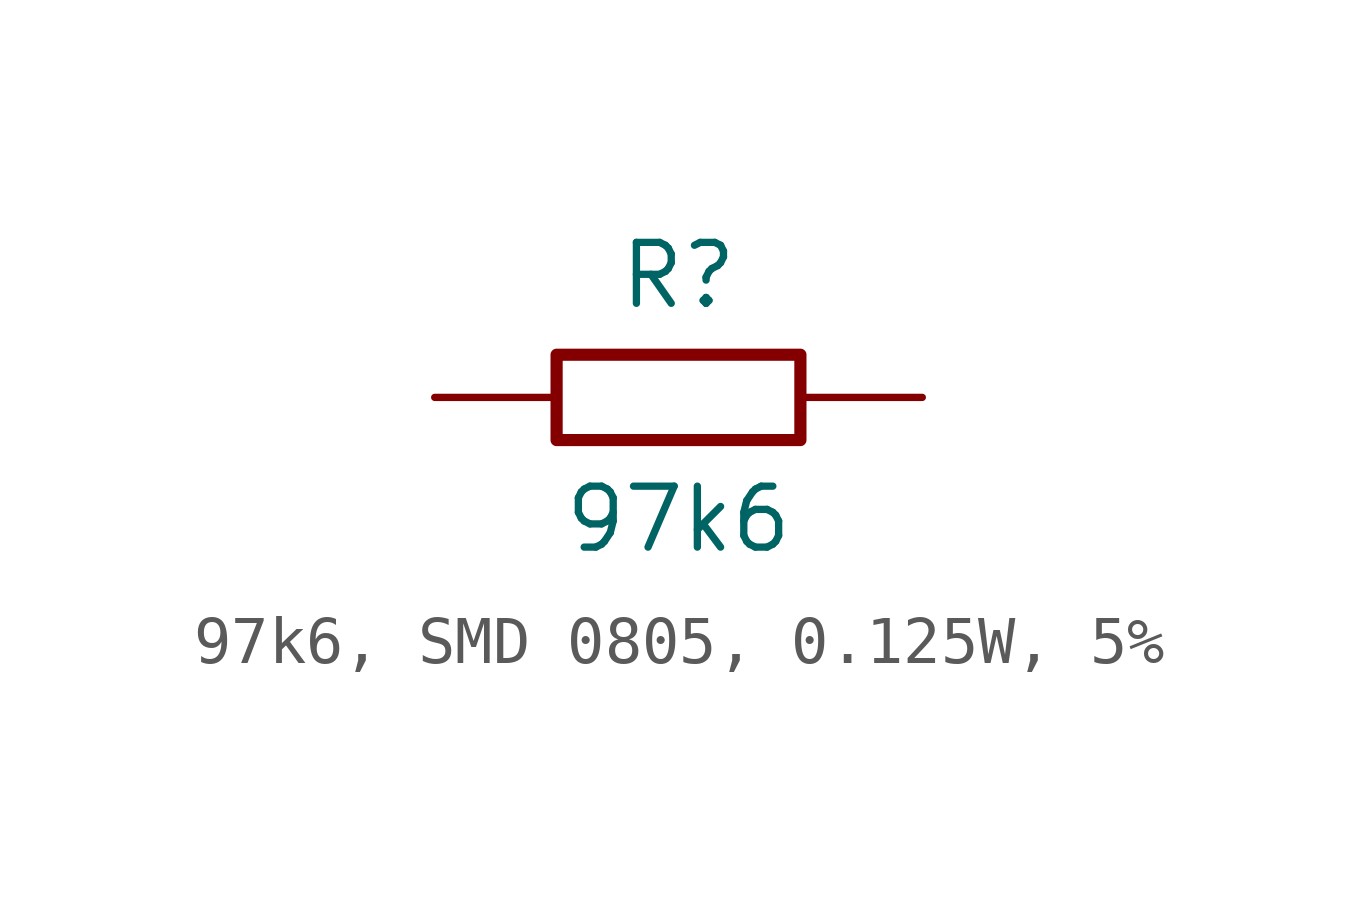
<source format=kicad_sym>
(kicad_symbol_lib
  (version 20241209)
  (generator "kicad_symbol_editor")
  (generator_version "9.0")
  (symbol "97k6, SMD 0805, 0.125W, 5%"
    (pin_numbers
      (hide yes))
    (pin_names
      (offset 0)
      (hide yes))
    (property "Reference" "R"
      (at 0 2.54 0)
      (effects (font (size 1.27 1.27))))
    (property "Value" "97k6"
      (at 0 -2.54 0)
      (effects (font (size 1.27 1.27))))
    (symbol "97k6, SMD 0805, 0.125W, 5%_0_1"
      (rectangle (start -2.54 0.889) (end 2.54 -0.889) (stroke (width 0.254) (type default)) (fill (type none))))
    (symbol "97k6, SMD 0805, 0.125W, 5%_1_1"
      (pin passive line (at -5.08 0 0) (length 2.54) (name "1" (effects (font (size 1.27 1.27)))) (number "1" (effects (font (size 1.27 1.27)))))
      (pin passive line (at 5.08 0 180) (length 2.54) (name "2" (effects (font (size 1.27 1.27)))) (number "2" (effects (font (size 1.27 1.27))))))))
</source>
